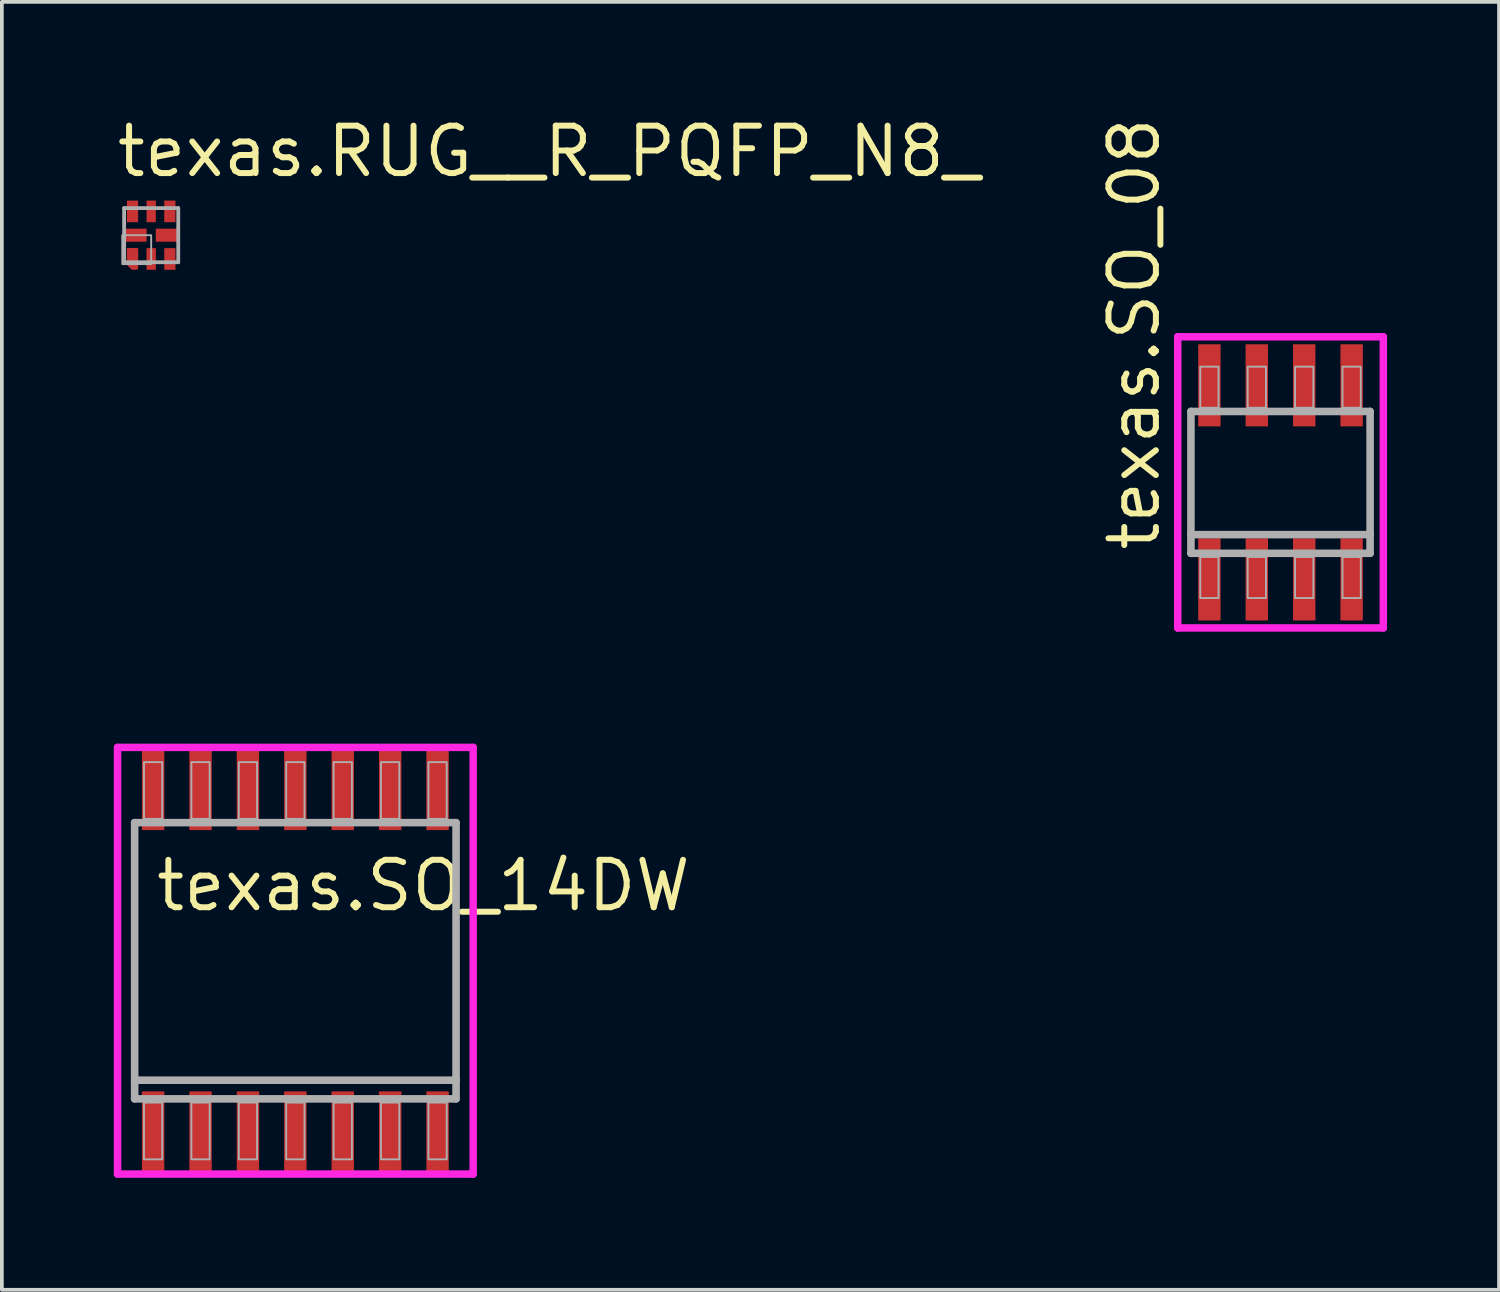
<source format=kicad_pcb>
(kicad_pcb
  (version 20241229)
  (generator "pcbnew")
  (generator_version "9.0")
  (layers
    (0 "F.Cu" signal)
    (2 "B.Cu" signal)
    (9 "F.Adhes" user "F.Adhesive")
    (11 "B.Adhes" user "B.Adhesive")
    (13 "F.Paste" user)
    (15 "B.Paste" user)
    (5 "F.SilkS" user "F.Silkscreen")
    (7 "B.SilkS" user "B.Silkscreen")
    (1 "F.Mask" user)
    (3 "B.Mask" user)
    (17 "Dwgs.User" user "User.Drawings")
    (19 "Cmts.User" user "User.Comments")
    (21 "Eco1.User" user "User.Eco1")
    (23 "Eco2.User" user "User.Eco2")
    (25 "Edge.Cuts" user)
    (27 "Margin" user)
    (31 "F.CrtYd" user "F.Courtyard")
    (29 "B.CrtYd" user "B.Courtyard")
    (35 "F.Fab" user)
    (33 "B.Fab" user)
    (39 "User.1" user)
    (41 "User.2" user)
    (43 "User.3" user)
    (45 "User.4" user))
  (footprint "texas.SO_08"
    (layer "F.Cu")
    (at 31.253 9.872)
    (property "Reference" "texas.SO_08" (at -3.175 1.905 90) (layer "F.SilkS") (effects (font (size 1.27 1.27) (thickness 0.16)) (justify left bottom)))
    (attr smd)
    (fp_line (start -2.754 -3.9) (end 2.754 -3.9) (stroke (width 0.2) (type default)) (layer "F.CrtYd"))
    (fp_line (start -2.754 3.9) (end -2.754 -3.9) (stroke (width 0.2) (type default)) (layer "F.CrtYd"))
    (fp_line (start 2.754 -3.9) (end 2.754 3.9) (stroke (width 0.2) (type default)) (layer "F.CrtYd"))
    (fp_line (start 2.754 3.9) (end -2.754 3.9) (stroke (width 0.2) (type default)) (layer "F.CrtYd"))
    (fp_line (start -2.4 -1.9) (end 2.4 -1.9) (stroke (width 0.203) (type default)) (layer "F.Fab"))
    (fp_line (start -2.4 1.4) (end -2.4 -1.9) (stroke (width 0.203) (type default)) (layer "F.Fab"))
    (fp_line (start -2.4 1.9) (end -2.4 1.4) (stroke (width 0.203) (type default)) (layer "F.Fab"))
    (fp_line (start 2.4 -1.9) (end 2.4 1.4) (stroke (width 0.203) (type default)) (layer "F.Fab"))
    (fp_line (start 2.4 1.4) (end -2.4 1.4) (stroke (width 0.203) (type default)) (layer "F.Fab"))
    (fp_line (start 2.4 1.4) (end 2.4 1.9) (stroke (width 0.203) (type default)) (layer "F.Fab"))
    (fp_line (start 2.4 1.9) (end -2.4 1.9) (stroke (width 0.203) (type default)) (layer "F.Fab"))
    (fp_rect (start -2.15 -2) (end -1.66 -3.1) (stroke (width 0.05) (type default)) (fill no) (layer "F.Fab"))
    (fp_rect (start -2.15 3.1) (end -1.66 2) (stroke (width 0.05) (type default)) (fill no) (layer "F.Fab"))
    (fp_rect (start -0.88 -2) (end -0.39 -3.1) (stroke (width 0.05) (type default)) (fill no) (layer "F.Fab"))
    (fp_rect (start -0.88 3.1) (end -0.39 2) (stroke (width 0.05) (type default)) (fill no) (layer "F.Fab"))
    (fp_rect (start 0.39 -2) (end 0.88 -3.1) (stroke (width 0.05) (type default)) (fill no) (layer "F.Fab"))
    (fp_rect (start 0.39 3.1) (end 0.88 2) (stroke (width 0.05) (type default)) (fill no) (layer "F.Fab"))
    (fp_rect (start 1.66 -2) (end 2.15 -3.1) (stroke (width 0.05) (type default)) (fill no) (layer "F.Fab"))
    (fp_rect (start 1.66 3.1) (end 2.15 2) (stroke (width 0.05) (type default)) (fill no) (layer "F.Fab"))
    (pad "1" smd roundrect (at -1.905 2.6) (size 0.6 2.2) (layers "F.Cu" "F.Mask" "F.Paste") (roundrect_rratio 0.01))
    (pad "2" smd roundrect (at -0.635 2.6) (size 0.6 2.2) (layers "F.Cu" "F.Mask" "F.Paste") (roundrect_rratio 0.01))
    (pad "3" smd roundrect (at 0.635 2.6) (size 0.6 2.2) (layers "F.Cu" "F.Mask" "F.Paste") (roundrect_rratio 0.01))
    (pad "4" smd roundrect (at 1.905 2.6) (size 0.6 2.2) (layers "F.Cu" "F.Mask" "F.Paste") (roundrect_rratio 0.01))
    (pad "5" smd roundrect (at 1.905 -2.6) (size 0.6 2.2) (layers "F.Cu" "F.Mask" "F.Paste") (roundrect_rratio 0.01))
    (pad "6" smd roundrect (at 0.635 -2.6) (size 0.6 2.2) (layers "F.Cu" "F.Mask" "F.Paste") (roundrect_rratio 0.01))
    (pad "7" smd roundrect (at -0.635 -2.6) (size 0.6 2.2) (layers "F.Cu" "F.Mask" "F.Paste") (roundrect_rratio 0.01))
    (pad "8" smd roundrect (at -1.905 -2.6) (size 0.6 2.2) (layers "F.Cu" "F.Mask" "F.Paste") (roundrect_rratio 0.01)))
  (footprint "texas.RUG__R_PQFP_N8_"
    (layer "F.Cu")
    (at 1 3.25)
    (property "Reference" "texas.RUG__R_PQFP_N8_" (at -1 -1.5 0) (layer "F.SilkS") (effects (font (size 1.27 1.27) (thickness 0.16)) (justify left bottom)))
    (attr smd)
    (fp_poly (pts (xy -0.6 0.4) (xy -0.6 0.775) (xy -0.5 0.875) (xy -0.4 0.875) (xy -0.4 0.4)) (stroke (width 0.1) (type default)) (fill yes) (layer "F.Cu"))
    (fp_rect (start -0.8 0.225) (end -0.075 -0.225) (stroke (width 0.05) (type default)) (fill yes) (layer "F.Mask"))
    (fp_rect (start -0.7 -0.3) (end -0.3 -0.975) (stroke (width 0.05) (type default)) (fill yes) (layer "F.Mask"))
    (fp_rect (start -0.7 0.975) (end -0.3 0.3) (stroke (width 0.05) (type default)) (fill yes) (layer "F.Mask"))
    (fp_rect (start -0.175 -0.3) (end 0.175 -0.975) (stroke (width 0.05) (type default)) (fill yes) (layer "F.Mask"))
    (fp_rect (start -0.175 0.975) (end 0.175 0.3) (stroke (width 0.05) (type default)) (fill yes) (layer "F.Mask"))
    (fp_rect (start 0.075 0.225) (end 0.8 -0.225) (stroke (width 0.05) (type default)) (fill yes) (layer "F.Mask"))
    (fp_rect (start 0.3 -0.3) (end 0.7 -0.975) (stroke (width 0.05) (type default)) (fill yes) (layer "F.Mask"))
    (fp_rect (start 0.3 0.975) (end 0.688 0.3) (stroke (width 0.05) (type default)) (fill yes) (layer "F.Mask"))
    (fp_rect (start -0.725 0.15) (end -0.15 -0.15) (stroke (width 0.05) (type default)) (fill yes) (layer "F.Paste"))
    (fp_rect (start -0.625 -0.362) (end -0.375 -0.912) (stroke (width 0.05) (type default)) (fill yes) (layer "F.Paste"))
    (fp_rect (start -0.125 -0.362) (end 0.125 -0.912) (stroke (width 0.05) (type default)) (fill yes) (layer "F.Paste"))
    (fp_rect (start -0.125 0.912) (end 0.125 0.362) (stroke (width 0.05) (type default)) (fill yes) (layer "F.Paste"))
    (fp_rect (start 0.15 0.15) (end 0.725 -0.15) (stroke (width 0.05) (type default)) (fill yes) (layer "F.Paste"))
    (fp_rect (start 0.375 -0.362) (end 0.625 -0.912) (stroke (width 0.05) (type default)) (fill yes) (layer "F.Paste"))
    (fp_rect (start 0.375 0.912) (end 0.625 0.362) (stroke (width 0.05) (type default)) (fill yes) (layer "F.Paste"))
    (fp_poly (pts (xy -0.575 0.425) (xy -0.575 0.412) (xy -0.425 0.412) (xy -0.425 0.863) (xy -0.512 0.863) (xy -0.575 0.8)) (stroke (width 0.1) (type default)) (fill yes) (layer "F.Paste"))
    (fp_line (start -0.725 -0.725) (end 0.725 -0.725) (stroke (width 0.102) (type default)) (layer "F.Fab"))
    (fp_line (start -0.725 0.725) (end -0.725 -0.725) (stroke (width 0.102) (type default)) (layer "F.Fab"))
    (fp_line (start 0.725 -0.725) (end 0.725 0.725) (stroke (width 0.102) (type default)) (layer "F.Fab"))
    (fp_line (start 0.725 0.725) (end -0.725 0.725) (stroke (width 0.102) (type default)) (layer "F.Fab"))
    (fp_rect (start -0.775 0.775) (end 0 0) (stroke (width 0.05) (type default)) (fill no) (layer "F.Fab"))
    (pad "1" smd roundrect (at -0.5 0.487) (size 0.3 0.28) (layers "F.Cu" "F.Mask" "F.Paste") (roundrect_rratio 0.01))
    (pad "2" smd roundrect (at 0 0.637) (size 0.25 0.58) (layers "F.Cu" "F.Mask" "F.Paste") (roundrect_rratio 0.01))
    (pad "3" smd roundrect (at 0.5 0.637) (size 0.3 0.58) (layers "F.Cu" "F.Mask" "F.Paste") (roundrect_rratio 0.01))
    (pad "4" smd roundrect (at 0.438 0) (size 0.63 0.35) (layers "F.Cu" "F.Mask" "F.Paste") (roundrect_rratio 0.01))
    (pad "5" smd roundrect (at 0.5 -0.637 180) (size 0.3 0.58) (layers "F.Cu" "F.Mask" "F.Paste") (roundrect_rratio 0.01))
    (pad "6" smd roundrect (at 0 -0.637 180) (size 0.25 0.58) (layers "F.Cu" "F.Mask" "F.Paste") (roundrect_rratio 0.01))
    (pad "7" smd roundrect (at -0.5 -0.637 180) (size 0.3 0.58) (layers "F.Cu" "F.Mask" "F.Paste") (roundrect_rratio 0.01))
    (pad "8" smd roundrect (at -0.438 0 180) (size 0.63 0.35) (layers "F.Cu" "F.Mask" "F.Paste") (roundrect_rratio 0.01)))
  (footprint "texas.SO_14DW"
    (layer "F.Cu")
    (at 4.862 22.687)
    (property "Reference" "texas.SO_14DW" (at -3.81 -1.27 0) (layer "F.SilkS") (effects (font (size 1.27 1.27) (thickness 0.16)) (justify left bottom)))
    (attr smd)
    (fp_line (start -4.763 -5.715) (end -4.763 5.715) (stroke (width 0.2) (type default)) (layer "F.CrtYd"))
    (fp_line (start -4.763 5.715) (end 4.763 5.715) (stroke (width 0.2) (type default)) (layer "F.CrtYd"))
    (fp_line (start 4.763 -5.715) (end -4.763 -5.715) (stroke (width 0.2) (type default)) (layer "F.CrtYd"))
    (fp_line (start 4.763 5.715) (end 4.763 -5.715) (stroke (width 0.2) (type default)) (layer "F.CrtYd"))
    (fp_line (start -4.305 -3.7) (end 4.305 -3.7) (stroke (width 0.203) (type default)) (layer "F.Fab"))
    (fp_line (start -4.305 3.2) (end -4.305 -3.7) (stroke (width 0.203) (type default)) (layer "F.Fab"))
    (fp_line (start -4.305 3.7) (end -4.305 3.2) (stroke (width 0.203) (type default)) (layer "F.Fab"))
    (fp_line (start 4.305 -3.7) (end 4.305 3.2) (stroke (width 0.203) (type default)) (layer "F.Fab"))
    (fp_line (start 4.305 3.2) (end -4.305 3.2) (stroke (width 0.203) (type default)) (layer "F.Fab"))
    (fp_line (start 4.305 3.2) (end 4.305 3.7) (stroke (width 0.203) (type default)) (layer "F.Fab"))
    (fp_line (start 4.305 3.7) (end -4.305 3.7) (stroke (width 0.203) (type default)) (layer "F.Fab"))
    (fp_rect (start -4.055 -3.8) (end -3.565 -5.32) (stroke (width 0.05) (type default)) (fill no) (layer "F.Fab"))
    (fp_rect (start -4.055 5.32) (end -3.565 3.8) (stroke (width 0.05) (type default)) (fill no) (layer "F.Fab"))
    (fp_rect (start -2.785 -3.8) (end -2.295 -5.32) (stroke (width 0.05) (type default)) (fill no) (layer "F.Fab"))
    (fp_rect (start -2.785 5.32) (end -2.295 3.8) (stroke (width 0.05) (type default)) (fill no) (layer "F.Fab"))
    (fp_rect (start -1.515 -3.8) (end -1.025 -5.32) (stroke (width 0.05) (type default)) (fill no) (layer "F.Fab"))
    (fp_rect (start -1.515 5.32) (end -1.025 3.8) (stroke (width 0.05) (type default)) (fill no) (layer "F.Fab"))
    (fp_rect (start -0.245 -3.8) (end 0.245 -5.32) (stroke (width 0.05) (type default)) (fill no) (layer "F.Fab"))
    (fp_rect (start -0.245 5.32) (end 0.245 3.8) (stroke (width 0.05) (type default)) (fill no) (layer "F.Fab"))
    (fp_rect (start 1.025 -3.8) (end 1.515 -5.32) (stroke (width 0.05) (type default)) (fill no) (layer "F.Fab"))
    (fp_rect (start 1.025 5.32) (end 1.515 3.8) (stroke (width 0.05) (type default)) (fill no) (layer "F.Fab"))
    (fp_rect (start 2.295 -3.8) (end 2.785 -5.32) (stroke (width 0.05) (type default)) (fill no) (layer "F.Fab"))
    (fp_rect (start 2.295 5.32) (end 2.785 3.8) (stroke (width 0.05) (type default)) (fill no) (layer "F.Fab"))
    (fp_rect (start 3.565 -3.8) (end 4.055 -5.32) (stroke (width 0.05) (type default)) (fill no) (layer "F.Fab"))
    (fp_rect (start 3.565 5.32) (end 4.055 3.8) (stroke (width 0.05) (type default)) (fill no) (layer "F.Fab"))
    (pad "1" smd roundrect (at -3.81 4.6) (size 0.6 2.2) (layers "F.Cu" "F.Mask" "F.Paste") (roundrect_rratio 0.01))
    (pad "2" smd roundrect (at -2.54 4.6) (size 0.6 2.2) (layers "F.Cu" "F.Mask" "F.Paste") (roundrect_rratio 0.01))
    (pad "3" smd roundrect (at -1.27 4.6) (size 0.6 2.2) (layers "F.Cu" "F.Mask" "F.Paste") (roundrect_rratio 0.01))
    (pad "4" smd roundrect (at 0 4.6) (size 0.6 2.2) (layers "F.Cu" "F.Mask" "F.Paste") (roundrect_rratio 0.01))
    (pad "5" smd roundrect (at 1.27 4.6) (size 0.6 2.2) (layers "F.Cu" "F.Mask" "F.Paste") (roundrect_rratio 0.01))
    (pad "6" smd roundrect (at 2.54 4.6) (size 0.6 2.2) (layers "F.Cu" "F.Mask" "F.Paste") (roundrect_rratio 0.01))
    (pad "7" smd roundrect (at 3.81 4.6) (size 0.6 2.2) (layers "F.Cu" "F.Mask" "F.Paste") (roundrect_rratio 0.01))
    (pad "8" smd roundrect (at 3.81 -4.6) (size 0.6 2.2) (layers "F.Cu" "F.Mask" "F.Paste") (roundrect_rratio 0.01))
    (pad "9" smd roundrect (at 2.54 -4.6) (size 0.6 2.2) (layers "F.Cu" "F.Mask" "F.Paste") (roundrect_rratio 0.01))
    (pad "10" smd roundrect (at 1.27 -4.6) (size 0.6 2.2) (layers "F.Cu" "F.Mask" "F.Paste") (roundrect_rratio 0.01))
    (pad "11" smd roundrect (at 0 -4.6) (size 0.6 2.2) (layers "F.Cu" "F.Mask" "F.Paste") (roundrect_rratio 0.01))
    (pad "12" smd roundrect (at -1.27 -4.6) (size 0.6 2.2) (layers "F.Cu" "F.Mask" "F.Paste") (roundrect_rratio 0.01))
    (pad "13" smd roundrect (at -2.54 -4.6) (size 0.6 2.2) (layers "F.Cu" "F.Mask" "F.Paste") (roundrect_rratio 0.01))
    (pad "14" smd roundrect (at -3.81 -4.6) (size 0.6 2.2) (layers "F.Cu" "F.Mask" "F.Paste") (roundrect_rratio 0.01)))
  (gr_rect
    (start -3 -3)
    (end 37.107 31.502)
    (stroke (width 0.1) (type default))
    (fill no)
    (layer "Edge.Cuts")))
</source>
